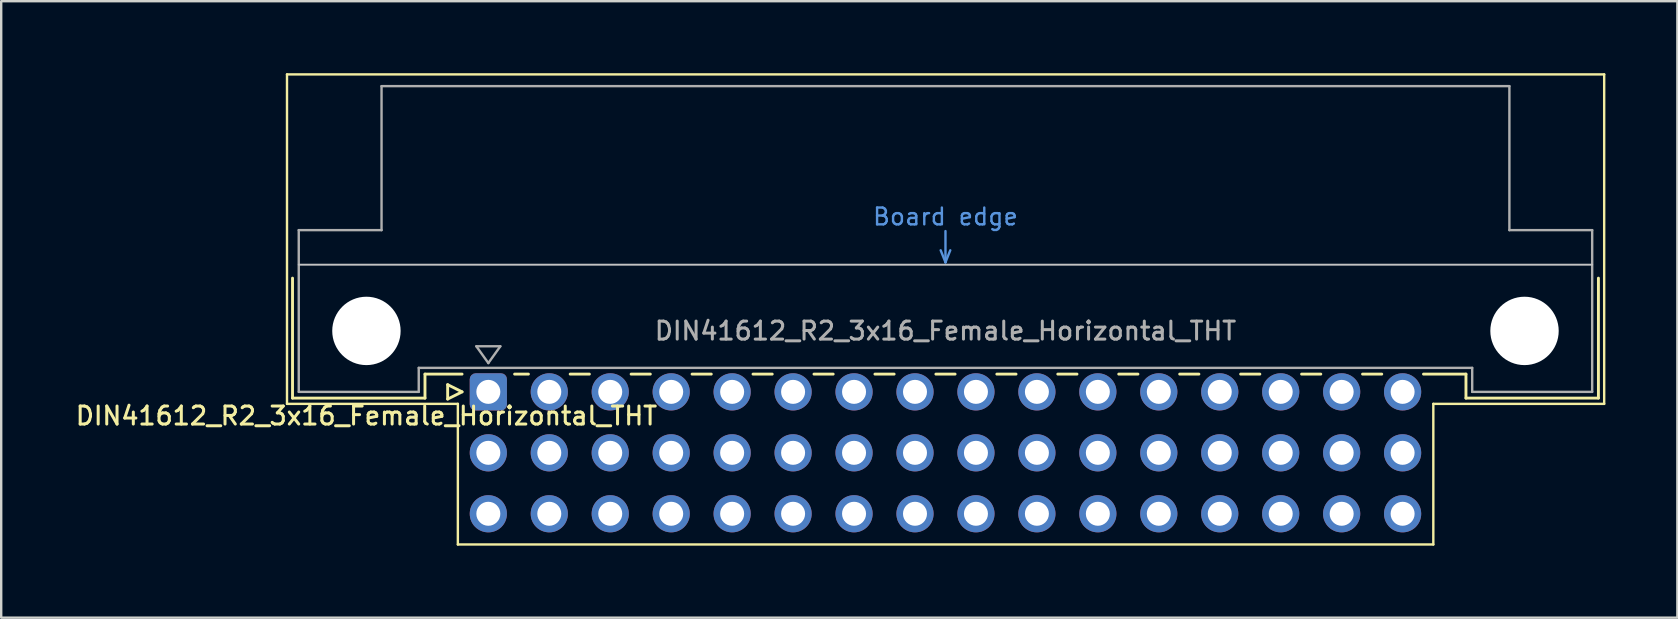
<source format=kicad_pcb>
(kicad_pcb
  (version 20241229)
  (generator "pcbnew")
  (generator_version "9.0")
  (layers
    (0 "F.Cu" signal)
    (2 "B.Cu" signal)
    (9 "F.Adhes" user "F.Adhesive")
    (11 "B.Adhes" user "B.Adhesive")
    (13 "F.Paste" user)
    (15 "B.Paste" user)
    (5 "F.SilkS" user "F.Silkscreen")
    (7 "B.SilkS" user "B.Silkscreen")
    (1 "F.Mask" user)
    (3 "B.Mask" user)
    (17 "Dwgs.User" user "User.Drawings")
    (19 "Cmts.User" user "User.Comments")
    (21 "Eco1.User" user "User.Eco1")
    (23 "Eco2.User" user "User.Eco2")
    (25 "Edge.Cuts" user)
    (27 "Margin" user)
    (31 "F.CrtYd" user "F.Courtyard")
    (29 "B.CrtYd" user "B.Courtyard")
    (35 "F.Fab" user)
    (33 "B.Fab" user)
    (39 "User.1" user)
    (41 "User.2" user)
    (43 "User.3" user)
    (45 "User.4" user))
  (footprint "DIN41612_R2_3x16_Female_Horizontal_THT"
    (layer "F.Cu")
    (at 17.3 13.28)
    (property "Reference" "DIN41612_R2_3x16_Female_Horizontal_THT" (at -5.08 1 0) (layer "F.SilkS") (effects (font (size 0.75 0.75) (thickness 0.125))))
    (attr through_hole)
    (fp_line (start -8.39 -13.23) (end -8.39 0.5) (stroke (width 0.1) (type solid)) (layer "F.SilkS"))
    (fp_line (start -8.39 0.5) (end -1.27 0.5) (stroke (width 0.1) (type solid)) (layer "F.SilkS"))
    (fp_line (start -8.16 -4.74) (end -8.16 0.26) (stroke (width 0.12) (type solid)) (layer "F.SilkS"))
    (fp_line (start -8.16 0.26) (end -2.64 0.26) (stroke (width 0.12) (type solid)) (layer "F.SilkS"))
    (fp_line (start -2.64 -0.74) (end -1.095 -0.74) (stroke (width 0.12) (type solid)) (layer "F.SilkS"))
    (fp_line (start -2.64 0.26) (end -2.64 -0.74) (stroke (width 0.12) (type solid)) (layer "F.SilkS"))
    (fp_line (start -1.695 -0.3) (end -1.695 0.3) (stroke (width 0.12) (type solid)) (layer "F.SilkS"))
    (fp_line (start -1.695 0.3) (end -1.095 0) (stroke (width 0.12) (type solid)) (layer "F.SilkS"))
    (fp_line (start -1.27 0.5) (end -1.27 6.36) (stroke (width 0.1) (type solid)) (layer "F.SilkS"))
    (fp_line (start -1.27 6.36) (end 39.38 6.36) (stroke (width 0.1) (type solid)) (layer "F.SilkS"))
    (fp_line (start -1.095 0) (end -1.695 -0.3) (stroke (width 0.12) (type solid)) (layer "F.SilkS"))
    (fp_line (start 1.095 -0.74) (end 1.671 -0.74) (stroke (width 0.12) (type solid)) (layer "F.SilkS"))
    (fp_line (start 3.41 -0.74) (end 4.211 -0.74) (stroke (width 0.12) (type solid)) (layer "F.SilkS"))
    (fp_line (start 5.95 -0.74) (end 6.751 -0.74) (stroke (width 0.12) (type solid)) (layer "F.SilkS"))
    (fp_line (start 8.49 -0.74) (end 9.291 -0.74) (stroke (width 0.12) (type solid)) (layer "F.SilkS"))
    (fp_line (start 11.03 -0.74) (end 11.831 -0.74) (stroke (width 0.12) (type solid)) (layer "F.SilkS"))
    (fp_line (start 13.57 -0.74) (end 14.371 -0.74) (stroke (width 0.12) (type solid)) (layer "F.SilkS"))
    (fp_line (start 16.11 -0.74) (end 16.911 -0.74) (stroke (width 0.12) (type solid)) (layer "F.SilkS"))
    (fp_line (start 18.65 -0.74) (end 19.451 -0.74) (stroke (width 0.12) (type solid)) (layer "F.SilkS"))
    (fp_line (start 21.19 -0.74) (end 21.991 -0.74) (stroke (width 0.12) (type solid)) (layer "F.SilkS"))
    (fp_line (start 23.73 -0.74) (end 24.531 -0.74) (stroke (width 0.12) (type solid)) (layer "F.SilkS"))
    (fp_line (start 26.27 -0.74) (end 27.071 -0.74) (stroke (width 0.12) (type solid)) (layer "F.SilkS"))
    (fp_line (start 28.81 -0.74) (end 29.611 -0.74) (stroke (width 0.12) (type solid)) (layer "F.SilkS"))
    (fp_line (start 31.35 -0.74) (end 32.151 -0.74) (stroke (width 0.12) (type solid)) (layer "F.SilkS"))
    (fp_line (start 33.89 -0.74) (end 34.691 -0.74) (stroke (width 0.12) (type solid)) (layer "F.SilkS"))
    (fp_line (start 36.43 -0.74) (end 37.231 -0.74) (stroke (width 0.12) (type solid)) (layer "F.SilkS"))
    (fp_line (start 38.97 -0.74) (end 40.74 -0.74) (stroke (width 0.12) (type solid)) (layer "F.SilkS"))
    (fp_line (start 39.38 0.5) (end 46.5 0.5) (stroke (width 0.1) (type solid)) (layer "F.SilkS"))
    (fp_line (start 39.38 6.36) (end 39.38 0.5) (stroke (width 0.1) (type solid)) (layer "F.SilkS"))
    (fp_line (start 40.74 0.26) (end 40.74 -0.74) (stroke (width 0.12) (type solid)) (layer "F.SilkS"))
    (fp_line (start 46.26 -4.74) (end 46.26 0.26) (stroke (width 0.12) (type solid)) (layer "F.SilkS"))
    (fp_line (start 46.26 0.26) (end 40.74 0.26) (stroke (width 0.12) (type solid)) (layer "F.SilkS"))
    (fp_line (start 46.5 -13.23) (end -8.39 -13.23) (stroke (width 0.1) (type solid)) (layer "F.SilkS"))
    (fp_line (start 46.5 0.5) (end 46.5 -13.23) (stroke (width 0.1) (type solid)) (layer "F.SilkS"))
    (fp_line (start -7.9 -5.3) (end 46 -5.3) (stroke (width 0.08) (type solid)) (layer "Dwgs.User"))
    (fp_line (start 18.85 -5.9) (end 19.05 -5.4) (stroke (width 0.1) (type solid)) (layer "Cmts.User"))
    (fp_line (start 19.05 -5.4) (end 19.05 -6.7) (stroke (width 0.1) (type solid)) (layer "Cmts.User"))
    (fp_line (start 19.05 -5.4) (end 19.25 -5.9) (stroke (width 0.1) (type solid)) (layer "Cmts.User"))
    (fp_line (start -7.9 -6.74) (end -7.9 0) (stroke (width 0.1) (type solid)) (layer "F.Fab"))
    (fp_line (start -7.9 0) (end -2.9 0) (stroke (width 0.1) (type solid)) (layer "F.Fab"))
    (fp_line (start -4.45 -12.74) (end -4.45 -6.74) (stroke (width 0.1) (type solid)) (layer "F.Fab"))
    (fp_line (start -4.45 -6.74) (end -7.9 -6.74) (stroke (width 0.1) (type solid)) (layer "F.Fab"))
    (fp_line (start -2.9 -1) (end 41 -1) (stroke (width 0.1) (type solid)) (layer "F.Fab"))
    (fp_line (start -2.9 0) (end -2.9 -1) (stroke (width 0.1) (type solid)) (layer "F.Fab"))
    (fp_line (start -0.5 -1.9) (end 0.5 -1.9) (stroke (width 0.1) (type solid)) (layer "F.Fab"))
    (fp_line (start 0 -1.2) (end -0.5 -1.9) (stroke (width 0.1) (type solid)) (layer "F.Fab"))
    (fp_line (start 0.5 -1.9) (end 0 -1.2) (stroke (width 0.1) (type solid)) (layer "F.Fab"))
    (fp_line (start 41 -1) (end 41 0) (stroke (width 0.1) (type solid)) (layer "F.Fab"))
    (fp_line (start 41 0) (end 46 0) (stroke (width 0.1) (type solid)) (layer "F.Fab"))
    (fp_line (start 42.55 -12.74) (end -4.45 -12.74) (stroke (width 0.1) (type solid)) (layer "F.Fab"))
    (fp_line (start 42.55 -6.74) (end 42.55 -12.74) (stroke (width 0.1) (type solid)) (layer "F.Fab"))
    (fp_line (start 46 -6.74) (end 42.55 -6.74) (stroke (width 0.1) (type solid)) (layer "F.Fab"))
    (fp_line (start 46 0) (end 46 -6.74) (stroke (width 0.1) (type solid)) (layer "F.Fab"))
    (fp_text user "Board edge" (at 19.05 -7.3 0) (layer "Cmts.User") (effects (font (size 0.7 0.7) (thickness 0.1))))
    (fp_text user "${REFERENCE}" (at 19.05 -2.54 0) (layer "F.Fab") (effects (font (size 0.75 0.75) (thickness 0.125))))
    (pad "" np_thru_hole circle (at -5.08 -2.54) (size 2.85 2.85) (drill 2.85) (layers "*.Cu" "*.Mask"))
    (pad "" np_thru_hole circle (at 43.18 -2.54) (size 2.85 2.85) (drill 2.85) (layers "*.Cu" "*.Mask"))
    (pad "a1" thru_hole roundrect (at 0 0) (size 1.55 1.55) (drill 1) (layers "*.Cu" "*.Mask") (roundrect_rratio 0.161))
    (pad "a2" thru_hole circle (at 2.54 0) (size 1.55 1.55) (drill 1) (layers "*.Cu" "*.Mask"))
    (pad "a3" thru_hole circle (at 5.08 0) (size 1.55 1.55) (drill 1) (layers "*.Cu" "*.Mask"))
    (pad "a4" thru_hole circle (at 7.62 0) (size 1.55 1.55) (drill 1) (layers "*.Cu" "*.Mask"))
    (pad "a5" thru_hole circle (at 10.16 0) (size 1.55 1.55) (drill 1) (layers "*.Cu" "*.Mask"))
    (pad "a6" thru_hole circle (at 12.7 0) (size 1.55 1.55) (drill 1) (layers "*.Cu" "*.Mask"))
    (pad "a7" thru_hole circle (at 15.24 0) (size 1.55 1.55) (drill 1) (layers "*.Cu" "*.Mask"))
    (pad "a8" thru_hole circle (at 17.78 0) (size 1.55 1.55) (drill 1) (layers "*.Cu" "*.Mask"))
    (pad "a9" thru_hole circle (at 20.32 0) (size 1.55 1.55) (drill 1) (layers "*.Cu" "*.Mask"))
    (pad "a10" thru_hole circle (at 22.86 0) (size 1.55 1.55) (drill 1) (layers "*.Cu" "*.Mask"))
    (pad "a11" thru_hole circle (at 25.4 0) (size 1.55 1.55) (drill 1) (layers "*.Cu" "*.Mask"))
    (pad "a12" thru_hole circle (at 27.94 0) (size 1.55 1.55) (drill 1) (layers "*.Cu" "*.Mask"))
    (pad "a13" thru_hole circle (at 30.48 0) (size 1.55 1.55) (drill 1) (layers "*.Cu" "*.Mask"))
    (pad "a14" thru_hole circle (at 33.02 0) (size 1.55 1.55) (drill 1) (layers "*.Cu" "*.Mask"))
    (pad "a15" thru_hole circle (at 35.56 0) (size 1.55 1.55) (drill 1) (layers "*.Cu" "*.Mask"))
    (pad "a16" thru_hole circle (at 38.1 0) (size 1.55 1.55) (drill 1) (layers "*.Cu" "*.Mask"))
    (pad "b1" thru_hole circle (at 0 2.54) (size 1.55 1.55) (drill 1) (layers "*.Cu" "*.Mask"))
    (pad "b2" thru_hole circle (at 2.54 2.54) (size 1.55 1.55) (drill 1) (layers "*.Cu" "*.Mask"))
    (pad "b3" thru_hole circle (at 5.08 2.54) (size 1.55 1.55) (drill 1) (layers "*.Cu" "*.Mask"))
    (pad "b4" thru_hole circle (at 7.62 2.54) (size 1.55 1.55) (drill 1) (layers "*.Cu" "*.Mask"))
    (pad "b5" thru_hole circle (at 10.16 2.54) (size 1.55 1.55) (drill 1) (layers "*.Cu" "*.Mask"))
    (pad "b6" thru_hole circle (at 12.7 2.54) (size 1.55 1.55) (drill 1) (layers "*.Cu" "*.Mask"))
    (pad "b7" thru_hole circle (at 15.24 2.54) (size 1.55 1.55) (drill 1) (layers "*.Cu" "*.Mask"))
    (pad "b8" thru_hole circle (at 17.78 2.54) (size 1.55 1.55) (drill 1) (layers "*.Cu" "*.Mask"))
    (pad "b9" thru_hole circle (at 20.32 2.54) (size 1.55 1.55) (drill 1) (layers "*.Cu" "*.Mask"))
    (pad "b10" thru_hole circle (at 22.86 2.54) (size 1.55 1.55) (drill 1) (layers "*.Cu" "*.Mask"))
    (pad "b11" thru_hole circle (at 25.4 2.54) (size 1.55 1.55) (drill 1) (layers "*.Cu" "*.Mask"))
    (pad "b12" thru_hole circle (at 27.94 2.54) (size 1.55 1.55) (drill 1) (layers "*.Cu" "*.Mask"))
    (pad "b13" thru_hole circle (at 30.48 2.54) (size 1.55 1.55) (drill 1) (layers "*.Cu" "*.Mask"))
    (pad "b14" thru_hole circle (at 33.02 2.54) (size 1.55 1.55) (drill 1) (layers "*.Cu" "*.Mask"))
    (pad "b15" thru_hole circle (at 35.56 2.54) (size 1.55 1.55) (drill 1) (layers "*.Cu" "*.Mask"))
    (pad "b16" thru_hole circle (at 38.1 2.54) (size 1.55 1.55) (drill 1) (layers "*.Cu" "*.Mask"))
    (pad "c1" thru_hole circle (at 0 5.08) (size 1.55 1.55) (drill 1) (layers "*.Cu" "*.Mask"))
    (pad "c2" thru_hole circle (at 2.54 5.08) (size 1.55 1.55) (drill 1) (layers "*.Cu" "*.Mask"))
    (pad "c3" thru_hole circle (at 5.08 5.08) (size 1.55 1.55) (drill 1) (layers "*.Cu" "*.Mask"))
    (pad "c4" thru_hole circle (at 7.62 5.08) (size 1.55 1.55) (drill 1) (layers "*.Cu" "*.Mask"))
    (pad "c5" thru_hole circle (at 10.16 5.08) (size 1.55 1.55) (drill 1) (layers "*.Cu" "*.Mask"))
    (pad "c6" thru_hole circle (at 12.7 5.08) (size 1.55 1.55) (drill 1) (layers "*.Cu" "*.Mask"))
    (pad "c7" thru_hole circle (at 15.24 5.08) (size 1.55 1.55) (drill 1) (layers "*.Cu" "*.Mask"))
    (pad "c8" thru_hole circle (at 17.78 5.08) (size 1.55 1.55) (drill 1) (layers "*.Cu" "*.Mask"))
    (pad "c9" thru_hole circle (at 20.32 5.08) (size 1.55 1.55) (drill 1) (layers "*.Cu" "*.Mask"))
    (pad "c10" thru_hole circle (at 22.86 5.08) (size 1.55 1.55) (drill 1) (layers "*.Cu" "*.Mask"))
    (pad "c11" thru_hole circle (at 25.4 5.08) (size 1.55 1.55) (drill 1) (layers "*.Cu" "*.Mask"))
    (pad "c12" thru_hole circle (at 27.94 5.08) (size 1.55 1.55) (drill 1) (layers "*.Cu" "*.Mask"))
    (pad "c13" thru_hole circle (at 30.48 5.08) (size 1.55 1.55) (drill 1) (layers "*.Cu" "*.Mask"))
    (pad "c14" thru_hole circle (at 33.02 5.08) (size 1.55 1.55) (drill 1) (layers "*.Cu" "*.Mask"))
    (pad "c15" thru_hole circle (at 35.56 5.08) (size 1.55 1.55) (drill 1) (layers "*.Cu" "*.Mask"))
    (pad "c16" thru_hole circle (at 38.1 5.08) (size 1.55 1.55) (drill 1) (layers "*.Cu" "*.Mask")))
  (gr_rect
    (start -3 -3)
    (end 66.85 22.69)
    (stroke (width 0.1) (type default))
    (fill no)
    (layer "Edge.Cuts")))
</source>
